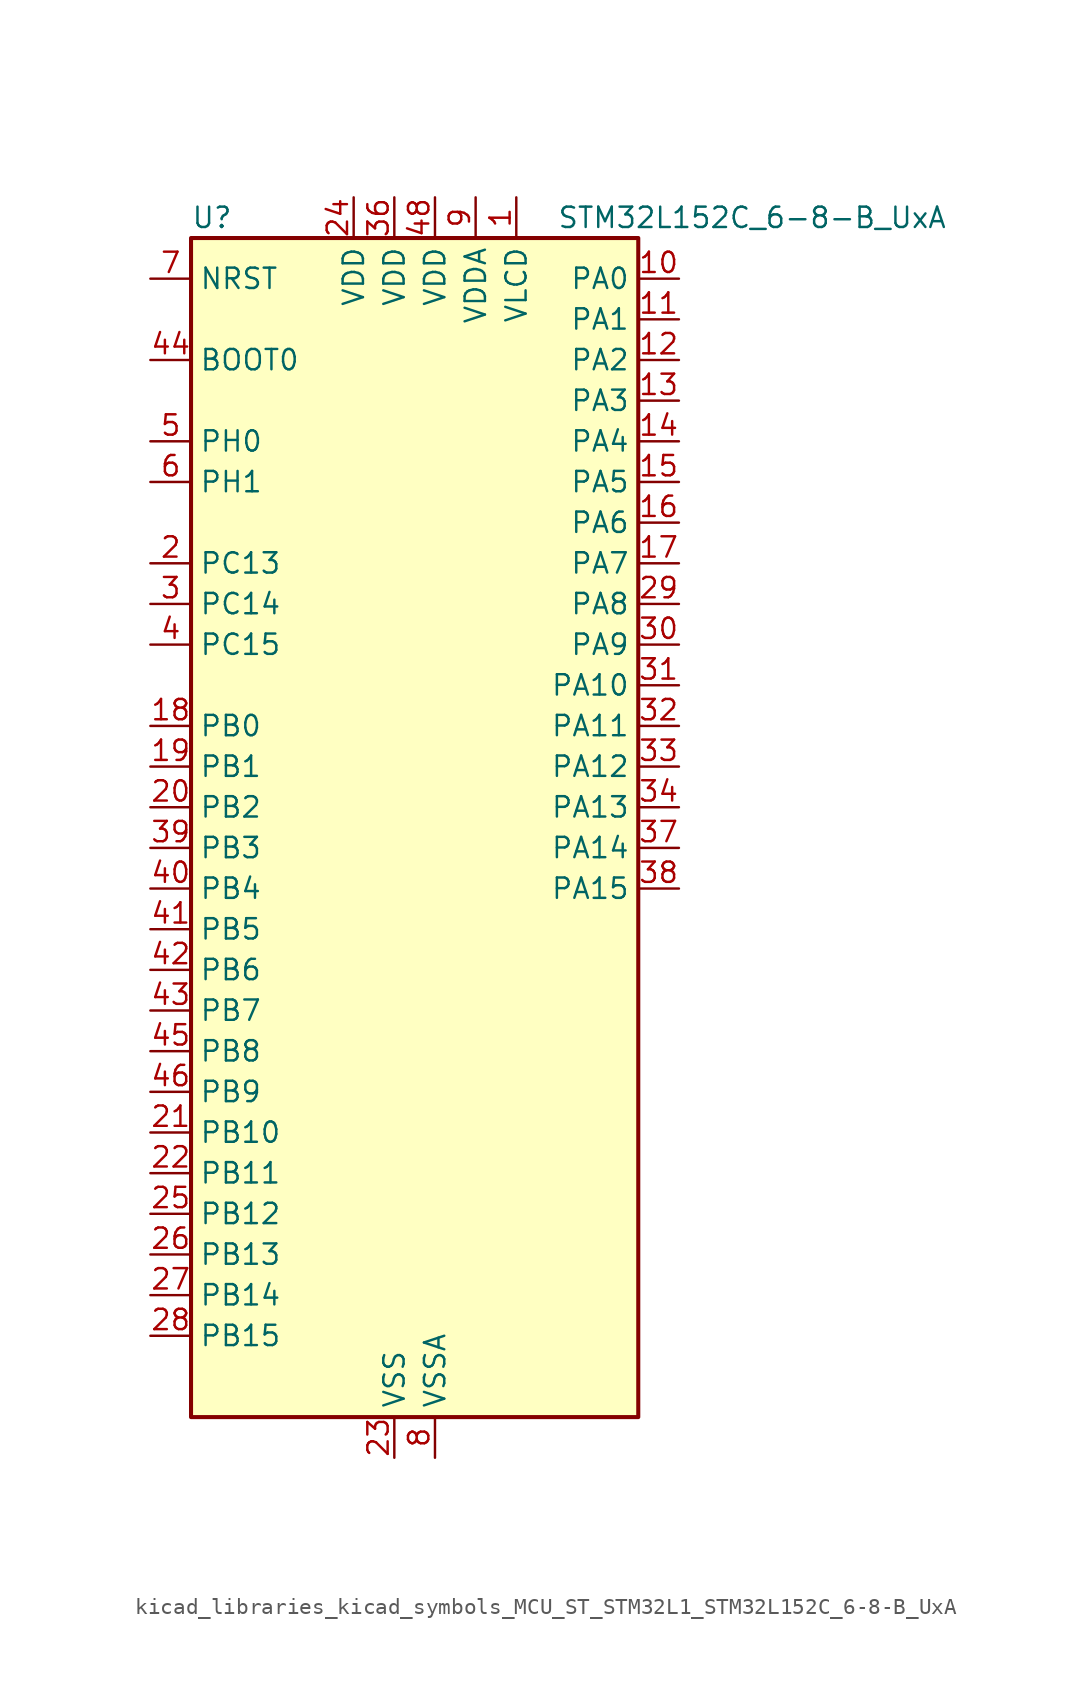
<source format=kicad_sym>
(kicad_symbol_lib
  (version 20220914)
  (generator kicad_symbol_editor)
  (symbol "kicad_libraries_kicad_symbols_MCU_ST_STM32L1_STM32L152C_6-8-B_UxA"
    (property "Reference" "U"
      (at -12.7 39.37 0)
      (effects (font (size 1.27 1.27)) (justify left)))
    (property "Value" "STM32L152C_6-8-B_UxA"
      (at 10.16 39.37 0)
      (effects (font (size 1.27 1.27)) (justify left)))
    (property "ki_locked" ""
      (at 0 0 0)
      (effects (font (size 1.27 1.27))))
    (symbol "kicad_libraries_kicad_symbols_MCU_ST_STM32L1_STM32L152C_6-8-B_UxA_0_1"
      (rectangle (start -12.7 -35.56) (end 15.24 38.1) (stroke (width 0.254) (type default)) (fill (type background))))
    (symbol "kicad_libraries_kicad_symbols_MCU_ST_STM32L1_STM32L152C_6-8-B_UxA_1_1"
      (pin power_in line (at 7.62 40.64 270) (length 2.54) (name "VLCD" (effects (font (size 1.27 1.27)))) (number "1" (effects (font (size 1.27 1.27)))))
      (pin bidirectional line (at 17.78 35.56 180) (length 2.54) (name "PA0" (effects (font (size 1.27 1.27)))) (number "10" (effects (font (size 1.27 1.27)))) (alternate "ADC_IN0" bidirectional line) (alternate "COMP1_INP" bidirectional line) (alternate "RTC_TAMP2" bidirectional line) (alternate "SYS_WKUP1" bidirectional line) (alternate "TIM2_CH1" bidirectional line) (alternate "TIM2_ETR" bidirectional line) (alternate "TIMX_IC1" bidirectional line) (alternate "TS_G1_IO1" bidirectional line) (alternate "USART2_CTS" bidirectional line))
      (pin bidirectional line (at 17.78 33.02 180) (length 2.54) (name "PA1" (effects (font (size 1.27 1.27)))) (number "11" (effects (font (size 1.27 1.27)))) (alternate "ADC_IN1" bidirectional line) (alternate "COMP1_INP" bidirectional line) (alternate "LCD_SEG0" bidirectional line) (alternate "TIM2_CH2" bidirectional line) (alternate "TIMX_IC2" bidirectional line) (alternate "TS_G1_IO2" bidirectional line) (alternate "USART2_RTS" bidirectional line))
      (pin bidirectional line (at 17.78 30.48 180) (length 2.54) (name "PA2" (effects (font (size 1.27 1.27)))) (number "12" (effects (font (size 1.27 1.27)))) (alternate "ADC_IN2" bidirectional line) (alternate "COMP1_INP" bidirectional line) (alternate "LCD_SEG1" bidirectional line) (alternate "TIM2_CH3" bidirectional line) (alternate "TIM9_CH1" bidirectional line) (alternate "TIMX_IC3" bidirectional line) (alternate "TS_G1_IO3" bidirectional line) (alternate "USART2_TX" bidirectional line))
      (pin bidirectional line (at 17.78 27.94 180) (length 2.54) (name "PA3" (effects (font (size 1.27 1.27)))) (number "13" (effects (font (size 1.27 1.27)))) (alternate "ADC_IN3" bidirectional line) (alternate "COMP1_INP" bidirectional line) (alternate "LCD_SEG2" bidirectional line) (alternate "TIM2_CH4" bidirectional line) (alternate "TIM9_CH2" bidirectional line) (alternate "TIMX_IC4" bidirectional line) (alternate "TS_G1_IO4" bidirectional line) (alternate "USART2_RX" bidirectional line))
      (pin bidirectional line (at 17.78 25.4 180) (length 2.54) (name "PA4" (effects (font (size 1.27 1.27)))) (number "14" (effects (font (size 1.27 1.27)))) (alternate "ADC_IN4" bidirectional line) (alternate "COMP1_INP" bidirectional line) (alternate "DAC_OUT1" bidirectional line) (alternate "SPI1_NSS" bidirectional line) (alternate "TIMX_IC1" bidirectional line) (alternate "USART2_CK" bidirectional line))
      (pin bidirectional line (at 17.78 22.86 180) (length 2.54) (name "PA5" (effects (font (size 1.27 1.27)))) (number "15" (effects (font (size 1.27 1.27)))) (alternate "ADC_IN5" bidirectional line) (alternate "COMP1_INP" bidirectional line) (alternate "DAC_OUT2" bidirectional line) (alternate "SPI1_SCK" bidirectional line) (alternate "TIM2_CH1" bidirectional line) (alternate "TIM2_ETR" bidirectional line) (alternate "TIMX_IC2" bidirectional line))
      (pin bidirectional line (at 17.78 20.32 180) (length 2.54) (name "PA6" (effects (font (size 1.27 1.27)))) (number "16" (effects (font (size 1.27 1.27)))) (alternate "ADC_IN6" bidirectional line) (alternate "COMP1_INP" bidirectional line) (alternate "LCD_SEG3" bidirectional line) (alternate "SPI1_MISO" bidirectional line) (alternate "TIM10_CH1" bidirectional line) (alternate "TIM3_CH1" bidirectional line) (alternate "TIMX_IC3" bidirectional line) (alternate "TS_G2_IO1" bidirectional line))
      (pin bidirectional line (at 17.78 17.78 180) (length 2.54) (name "PA7" (effects (font (size 1.27 1.27)))) (number "17" (effects (font (size 1.27 1.27)))) (alternate "ADC_IN7" bidirectional line) (alternate "COMP1_INP" bidirectional line) (alternate "LCD_SEG4" bidirectional line) (alternate "SPI1_MOSI" bidirectional line) (alternate "TIM11_CH1" bidirectional line) (alternate "TIM3_CH2" bidirectional line) (alternate "TIMX_IC4" bidirectional line) (alternate "TS_G2_IO2" bidirectional line))
      (pin bidirectional line (at -15.24 7.62 0) (length 2.54) (name "PB0" (effects (font (size 1.27 1.27)))) (number "18" (effects (font (size 1.27 1.27)))) (alternate "ADC_IN8" bidirectional line) (alternate "COMP1_INP" bidirectional line) (alternate "LCD_SEG5" bidirectional line) (alternate "SYS_V_REF_OUT" bidirectional line) (alternate "TIM3_CH3" bidirectional line) (alternate "TS_G3_IO1" bidirectional line))
      (pin bidirectional line (at -15.24 5.08 0) (length 2.54) (name "PB1" (effects (font (size 1.27 1.27)))) (number "19" (effects (font (size 1.27 1.27)))) (alternate "ADC_IN9" bidirectional line) (alternate "COMP1_INP" bidirectional line) (alternate "LCD_SEG6" bidirectional line) (alternate "SYS_V_REF_OUT" bidirectional line) (alternate "TIM3_CH4" bidirectional line) (alternate "TS_G3_IO2" bidirectional line))
      (pin bidirectional line (at -15.24 17.78 0) (length 2.54) (name "PC13" (effects (font (size 1.27 1.27)))) (number "2" (effects (font (size 1.27 1.27)))) (alternate "RTC_OUT_ALARM" bidirectional line) (alternate "RTC_OUT_CALIB" bidirectional line) (alternate "RTC_TAMP1" bidirectional line) (alternate "RTC_TS" bidirectional line) (alternate "SYS_WKUP2" bidirectional line) (alternate "TIMX_IC2" bidirectional line))
      (pin bidirectional line (at -15.24 2.54 0) (length 2.54) (name "PB2" (effects (font (size 1.27 1.27)))) (number "20" (effects (font (size 1.27 1.27)))) (alternate "TS_G3_IO3" bidirectional line))
      (pin bidirectional line (at -15.24 -17.78 0) (length 2.54) (name "PB10" (effects (font (size 1.27 1.27)))) (number "21" (effects (font (size 1.27 1.27)))) (alternate "I2C2_SCL" bidirectional line) (alternate "LCD_SEG10" bidirectional line) (alternate "TIM2_CH3" bidirectional line) (alternate "USART3_TX" bidirectional line))
      (pin bidirectional line (at -15.24 -20.32 0) (length 2.54) (name "PB11" (effects (font (size 1.27 1.27)))) (number "22" (effects (font (size 1.27 1.27)))) (alternate "ADC_EXTI11" bidirectional line) (alternate "I2C2_SDA" bidirectional line) (alternate "LCD_SEG11" bidirectional line) (alternate "TIM2_CH4" bidirectional line) (alternate "USART3_RX" bidirectional line))
      (pin power_in line (at 0 -38.1 90) (length 2.54) (name "VSS" (effects (font (size 1.27 1.27)))) (number "23" (effects (font (size 1.27 1.27)))))
      (pin power_in line (at -2.54 40.64 270) (length 2.54) (name "VDD" (effects (font (size 1.27 1.27)))) (number "24" (effects (font (size 1.27 1.27)))))
      (pin bidirectional line (at -15.24 -22.86 0) (length 2.54) (name "PB12" (effects (font (size 1.27 1.27)))) (number "25" (effects (font (size 1.27 1.27)))) (alternate "ADC_IN18" bidirectional line) (alternate "COMP1_INP" bidirectional line) (alternate "I2C2_SMBA" bidirectional line) (alternate "LCD_SEG12" bidirectional line) (alternate "SPI2_NSS" bidirectional line) (alternate "TIM10_CH1" bidirectional line) (alternate "TS_G7_IO1" bidirectional line) (alternate "USART3_CK" bidirectional line))
      (pin bidirectional line (at -15.24 -25.4 0) (length 2.54) (name "PB13" (effects (font (size 1.27 1.27)))) (number "26" (effects (font (size 1.27 1.27)))) (alternate "ADC_IN19" bidirectional line) (alternate "COMP1_INP" bidirectional line) (alternate "LCD_SEG13" bidirectional line) (alternate "SPI2_SCK" bidirectional line) (alternate "TIM9_CH1" bidirectional line) (alternate "TS_G7_IO2" bidirectional line) (alternate "USART3_CTS" bidirectional line))
      (pin bidirectional line (at -15.24 -27.94 0) (length 2.54) (name "PB14" (effects (font (size 1.27 1.27)))) (number "27" (effects (font (size 1.27 1.27)))) (alternate "ADC_IN20" bidirectional line) (alternate "COMP1_INP" bidirectional line) (alternate "LCD_SEG14" bidirectional line) (alternate "SPI2_MISO" bidirectional line) (alternate "TIM9_CH2" bidirectional line) (alternate "TS_G7_IO3" bidirectional line) (alternate "USART3_RTS" bidirectional line))
      (pin bidirectional line (at -15.24 -30.48 0) (length 2.54) (name "PB15" (effects (font (size 1.27 1.27)))) (number "28" (effects (font (size 1.27 1.27)))) (alternate "ADC_EXTI15" bidirectional line) (alternate "ADC_IN21" bidirectional line) (alternate "COMP1_INP" bidirectional line) (alternate "LCD_SEG15" bidirectional line) (alternate "RTC_REFIN" bidirectional line) (alternate "SPI2_MOSI" bidirectional line) (alternate "TIM11_CH1" bidirectional line) (alternate "TS_G7_IO4" bidirectional line))
      (pin bidirectional line (at 17.78 15.24 180) (length 2.54) (name "PA8" (effects (font (size 1.27 1.27)))) (number "29" (effects (font (size 1.27 1.27)))) (alternate "LCD_COM0" bidirectional line) (alternate "RCC_MCO" bidirectional line) (alternate "TIMX_IC1" bidirectional line) (alternate "TS_G4_IO1" bidirectional line) (alternate "USART1_CK" bidirectional line))
      (pin bidirectional line (at -15.24 15.24 0) (length 2.54) (name "PC14" (effects (font (size 1.27 1.27)))) (number "3" (effects (font (size 1.27 1.27)))) (alternate "RCC_OSC32_IN" bidirectional line) (alternate "TIMX_IC3" bidirectional line))
      (pin bidirectional line (at 17.78 12.7 180) (length 2.54) (name "PA9" (effects (font (size 1.27 1.27)))) (number "30" (effects (font (size 1.27 1.27)))) (alternate "DAC_EXTI9" bidirectional line) (alternate "LCD_COM1" bidirectional line) (alternate "TIMX_IC2" bidirectional line) (alternate "TS_G4_IO2" bidirectional line) (alternate "USART1_TX" bidirectional line))
      (pin bidirectional line (at 17.78 10.16 180) (length 2.54) (name "PA10" (effects (font (size 1.27 1.27)))) (number "31" (effects (font (size 1.27 1.27)))) (alternate "LCD_COM2" bidirectional line) (alternate "TIMX_IC3" bidirectional line) (alternate "TS_G4_IO3" bidirectional line) (alternate "USART1_RX" bidirectional line))
      (pin bidirectional line (at 17.78 7.62 180) (length 2.54) (name "PA11" (effects (font (size 1.27 1.27)))) (number "32" (effects (font (size 1.27 1.27)))) (alternate "ADC_EXTI11" bidirectional line) (alternate "SPI1_MISO" bidirectional line) (alternate "TIMX_IC4" bidirectional line) (alternate "USART1_CTS" bidirectional line) (alternate "USB_DM" bidirectional line))
      (pin bidirectional line (at 17.78 5.08 180) (length 2.54) (name "PA12" (effects (font (size 1.27 1.27)))) (number "33" (effects (font (size 1.27 1.27)))) (alternate "SPI1_MOSI" bidirectional line) (alternate "TIMX_IC1" bidirectional line) (alternate "USART1_RTS" bidirectional line) (alternate "USB_DP" bidirectional line))
      (pin bidirectional line (at 17.78 2.54 180) (length 2.54) (name "PA13" (effects (font (size 1.27 1.27)))) (number "34" (effects (font (size 1.27 1.27)))) (alternate "SYS_JTMS-SWDIO" bidirectional line) (alternate "TIMX_IC2" bidirectional line) (alternate "TS_G5_IO1" bidirectional line))
      (pin passive line (at 0 -38.1 90) (length 2.54) hide (name "VSS" (effects (font (size 1.27 1.27)))) (number "35" (effects (font (size 1.27 1.27)))))
      (pin power_in line (at 0 40.64 270) (length 2.54) (name "VDD" (effects (font (size 1.27 1.27)))) (number "36" (effects (font (size 1.27 1.27)))))
      (pin bidirectional line (at 17.78 0 180) (length 2.54) (name "PA14" (effects (font (size 1.27 1.27)))) (number "37" (effects (font (size 1.27 1.27)))) (alternate "SYS_JTCK-SWCLK" bidirectional line) (alternate "TIMX_IC3" bidirectional line) (alternate "TS_G5_IO2" bidirectional line))
      (pin bidirectional line (at 17.78 -2.54 180) (length 2.54) (name "PA15" (effects (font (size 1.27 1.27)))) (number "38" (effects (font (size 1.27 1.27)))) (alternate "ADC_EXTI15" bidirectional line) (alternate "LCD_SEG17" bidirectional line) (alternate "SPI1_NSS" bidirectional line) (alternate "SYS_JTDI" bidirectional line) (alternate "TIM2_CH1" bidirectional line) (alternate "TIM2_ETR" bidirectional line) (alternate "TIMX_IC4" bidirectional line) (alternate "TS_G5_IO3" bidirectional line))
      (pin bidirectional line (at -15.24 0 0) (length 2.54) (name "PB3" (effects (font (size 1.27 1.27)))) (number "39" (effects (font (size 1.27 1.27)))) (alternate "COMP2_INM" bidirectional line) (alternate "LCD_SEG7" bidirectional line) (alternate "SPI1_SCK" bidirectional line) (alternate "SYS_JTDO-TRACESWO" bidirectional line) (alternate "TIM2_CH2" bidirectional line))
      (pin bidirectional line (at -15.24 12.7 0) (length 2.54) (name "PC15" (effects (font (size 1.27 1.27)))) (number "4" (effects (font (size 1.27 1.27)))) (alternate "ADC_EXTI15" bidirectional line) (alternate "RCC_OSC32_OUT" bidirectional line) (alternate "TIMX_IC4" bidirectional line))
      (pin bidirectional line (at -15.24 -2.54 0) (length 2.54) (name "PB4" (effects (font (size 1.27 1.27)))) (number "40" (effects (font (size 1.27 1.27)))) (alternate "COMP2_INP" bidirectional line) (alternate "LCD_SEG8" bidirectional line) (alternate "SPI1_MISO" bidirectional line) (alternate "SYS_JTRST" bidirectional line) (alternate "TIM3_CH1" bidirectional line) (alternate "TS_G6_IO1" bidirectional line))
      (pin bidirectional line (at -15.24 -5.08 0) (length 2.54) (name "PB5" (effects (font (size 1.27 1.27)))) (number "41" (effects (font (size 1.27 1.27)))) (alternate "COMP2_INP" bidirectional line) (alternate "I2C1_SMBA" bidirectional line) (alternate "LCD_SEG9" bidirectional line) (alternate "SPI1_MOSI" bidirectional line) (alternate "TIM3_CH2" bidirectional line) (alternate "TS_G6_IO2" bidirectional line))
      (pin bidirectional line (at -15.24 -7.62 0) (length 2.54) (name "PB6" (effects (font (size 1.27 1.27)))) (number "42" (effects (font (size 1.27 1.27)))) (alternate "I2C1_SCL" bidirectional line) (alternate "TIM4_CH1" bidirectional line) (alternate "TS_G6_IO3" bidirectional line) (alternate "USART1_TX" bidirectional line))
      (pin bidirectional line (at -15.24 -10.16 0) (length 2.54) (name "PB7" (effects (font (size 1.27 1.27)))) (number "43" (effects (font (size 1.27 1.27)))) (alternate "I2C1_SDA" bidirectional line) (alternate "SYS_PVD_IN" bidirectional line) (alternate "TIM4_CH2" bidirectional line) (alternate "TS_G6_IO4" bidirectional line) (alternate "USART1_RX" bidirectional line))
      (pin input line (at -15.24 30.48 0) (length 2.54) (name "BOOT0" (effects (font (size 1.27 1.27)))) (number "44" (effects (font (size 1.27 1.27)))))
      (pin bidirectional line (at -15.24 -12.7 0) (length 2.54) (name "PB8" (effects (font (size 1.27 1.27)))) (number "45" (effects (font (size 1.27 1.27)))) (alternate "I2C1_SCL" bidirectional line) (alternate "LCD_SEG16" bidirectional line) (alternate "TIM10_CH1" bidirectional line) (alternate "TIM4_CH3" bidirectional line))
      (pin bidirectional line (at -15.24 -15.24 0) (length 2.54) (name "PB9" (effects (font (size 1.27 1.27)))) (number "46" (effects (font (size 1.27 1.27)))) (alternate "DAC_EXTI9" bidirectional line) (alternate "I2C1_SDA" bidirectional line) (alternate "LCD_COM3" bidirectional line) (alternate "TIM11_CH1" bidirectional line) (alternate "TIM4_CH4" bidirectional line))
      (pin passive line (at 0 -38.1 90) (length 2.54) hide (name "VSS" (effects (font (size 1.27 1.27)))) (number "47" (effects (font (size 1.27 1.27)))))
      (pin power_in line (at 2.54 40.64 270) (length 2.54) (name "VDD" (effects (font (size 1.27 1.27)))) (number "48" (effects (font (size 1.27 1.27)))))
      (pin passive line (at 0 -38.1 90) (length 2.54) hide (name "VSS" (effects (font (size 1.27 1.27)))) (number "49" (effects (font (size 1.27 1.27)))))
      (pin bidirectional line (at -15.24 25.4 0) (length 2.54) (name "PH0" (effects (font (size 1.27 1.27)))) (number "5" (effects (font (size 1.27 1.27)))) (alternate "RCC_OSC_IN" bidirectional line))
      (pin bidirectional line (at -15.24 22.86 0) (length 2.54) (name "PH1" (effects (font (size 1.27 1.27)))) (number "6" (effects (font (size 1.27 1.27)))) (alternate "RCC_OSC_OUT" bidirectional line))
      (pin input line (at -15.24 35.56 0) (length 2.54) (name "NRST" (effects (font (size 1.27 1.27)))) (number "7" (effects (font (size 1.27 1.27)))))
      (pin power_in line (at 2.54 -38.1 90) (length 2.54) (name "VSSA" (effects (font (size 1.27 1.27)))) (number "8" (effects (font (size 1.27 1.27)))))
      (pin power_in line (at 5.08 40.64 270) (length 2.54) (name "VDDA" (effects (font (size 1.27 1.27)))) (number "9" (effects (font (size 1.27 1.27))))))))
</source>
